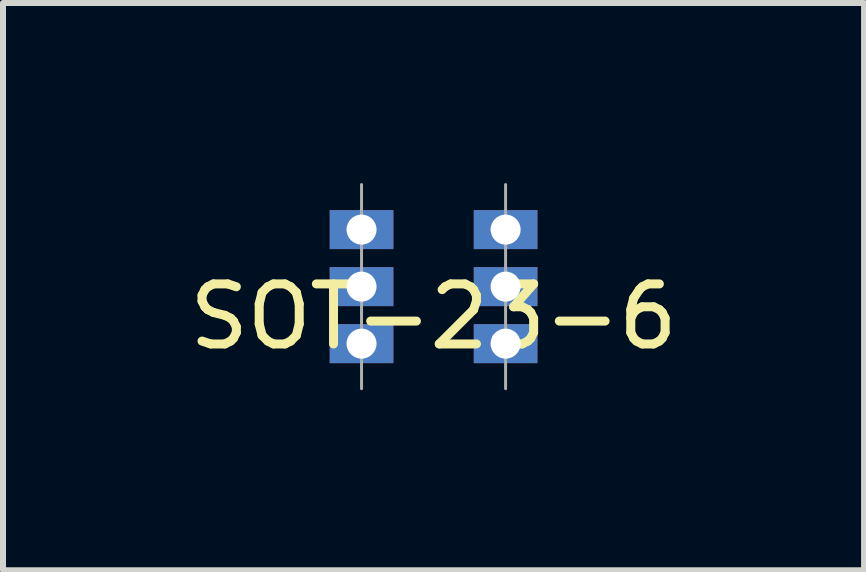
<source format=kicad_pcb>
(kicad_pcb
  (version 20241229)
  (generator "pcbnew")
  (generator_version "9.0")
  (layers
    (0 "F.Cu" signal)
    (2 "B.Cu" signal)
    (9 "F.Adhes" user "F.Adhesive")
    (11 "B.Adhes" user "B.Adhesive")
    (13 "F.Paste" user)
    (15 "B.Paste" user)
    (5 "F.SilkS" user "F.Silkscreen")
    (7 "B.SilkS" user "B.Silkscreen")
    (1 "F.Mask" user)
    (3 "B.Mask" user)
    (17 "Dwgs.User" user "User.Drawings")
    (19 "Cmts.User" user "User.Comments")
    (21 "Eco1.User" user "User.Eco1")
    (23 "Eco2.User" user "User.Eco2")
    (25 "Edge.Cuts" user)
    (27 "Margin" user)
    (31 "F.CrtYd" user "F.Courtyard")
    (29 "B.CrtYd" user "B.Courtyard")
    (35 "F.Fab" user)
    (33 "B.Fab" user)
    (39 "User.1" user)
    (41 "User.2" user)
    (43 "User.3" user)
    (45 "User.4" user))
  (footprint "SOT-23-6"
    (layer "F.Cu")
    (at 4.173 1.725)
    (property "Reference" "SOT-23-6" (at 0 0.5 0) (layer "F.SilkS") (effects (font (size 1 1) (thickness 0.15))))
    (attr through_hole)
    (fp_line (start -1.2 1.7) (end -1.2 -1.7) (stroke (width 0.05) (type solid)) (layer "F.Fab"))
    (fp_line (start 1.2 1.7) (end 1.2 -1.7) (stroke (width 0.05) (type solid)) (layer "F.Fab"))
    (pad "1" thru_hole rect (at -1.2 -0.95) (size 1.06 0.65) (drill 0.5) (layers "*.Cu" "*.Mask"))
    (pad "2" thru_hole rect (at -1.2 0) (size 1.06 0.65) (drill 0.5) (layers "*.Cu" "*.Mask"))
    (pad "3" thru_hole rect (at -1.2 0.95) (size 1.06 0.65) (drill 0.5) (layers "*.Cu" "*.Mask"))
    (pad "4" thru_hole rect (at 1.2 0.95) (size 1.06 0.65) (drill 0.5) (layers "*.Cu" "*.Mask"))
    (pad "5" thru_hole rect (at 1.2 0) (size 1.06 0.65) (drill 0.5) (layers "*.Cu" "*.Mask"))
    (pad "6" thru_hole rect (at 1.2 -0.95) (size 1.06 0.65) (drill 0.5) (layers "*.Cu" "*.Mask")))
  (gr_rect
    (start -3 -3)
    (end 11.345 6.45)
    (stroke (width 0.1) (type default))
    (fill no)
    (layer "Edge.Cuts")))
</source>
